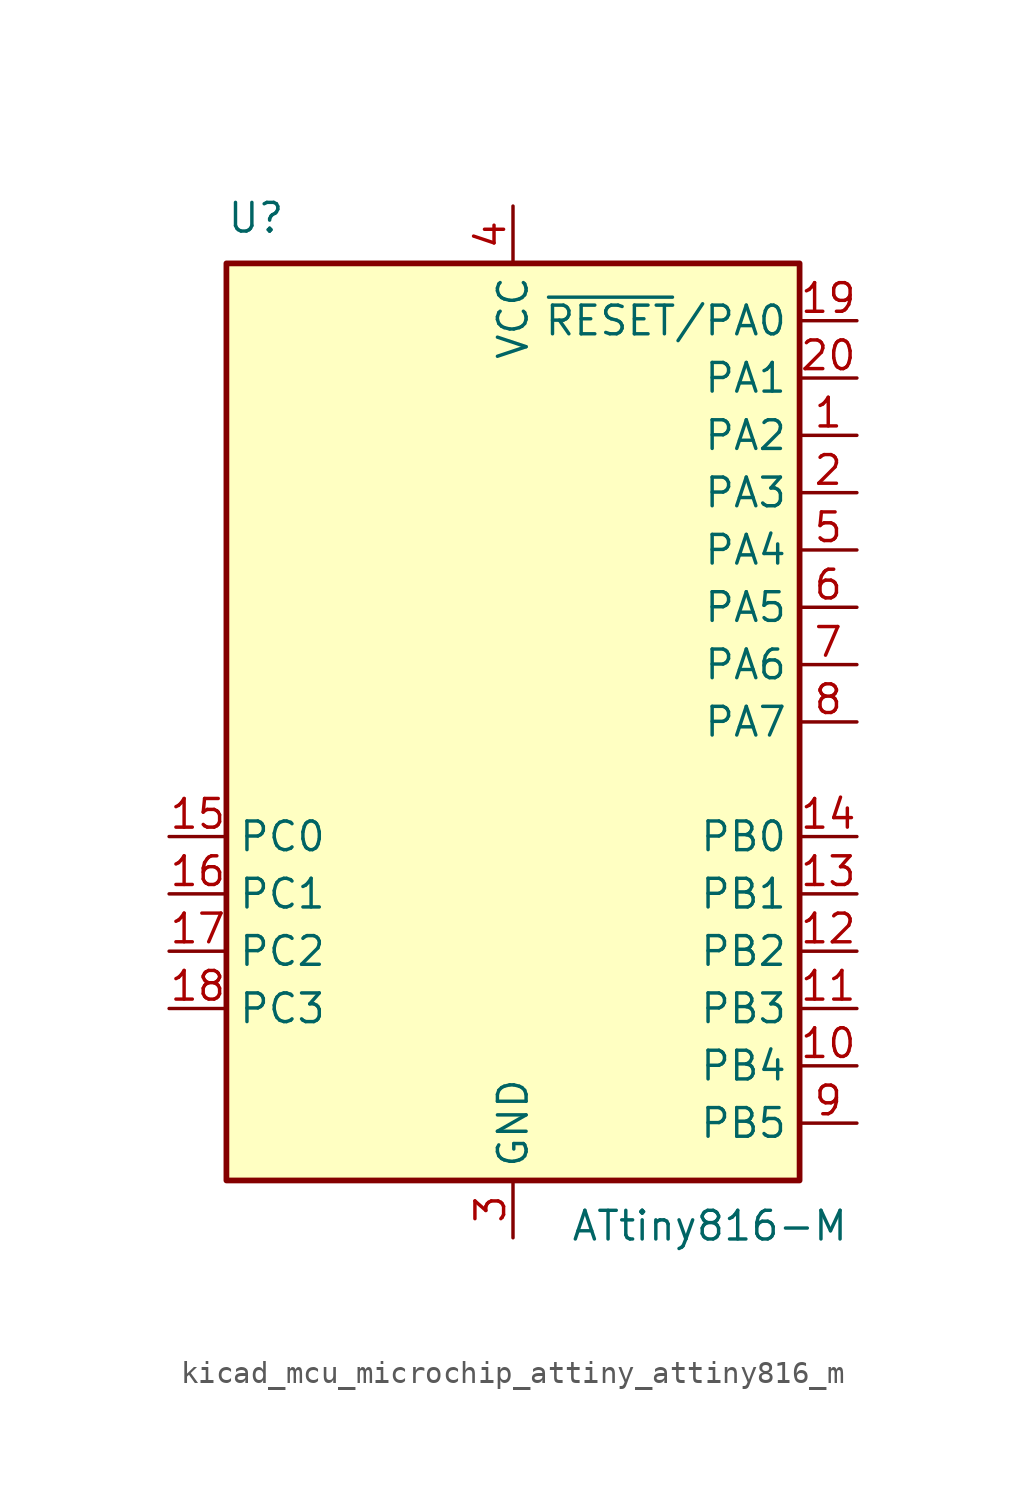
<source format=kicad_sym>
(kicad_symbol_lib
  (version 20220914)
  (generator kicad_symbol_editor)
  (symbol "kicad_mcu_microchip_attiny_attiny816_m"
    (property "Reference" "U"
      (at -12.7 21.59 0)
      (effects (font (size 1.27 1.27)) (justify left bottom)))
    (property "Value" "ATtiny816-M"
      (at 2.54 -21.59 0)
      (effects (font (size 1.27 1.27)) (justify left top)))
    (symbol "kicad_mcu_microchip_attiny_attiny816_m_0_1"
      (rectangle (start -12.7 -20.32) (end 12.7 20.32) (stroke (width 0.254) (type default)) (fill (type background))))
    (symbol "kicad_mcu_microchip_attiny_attiny816_m_1_1"
      (pin bidirectional line (at 15.24 12.7 180) (length 2.54) (name "PA2" (effects (font (size 1.27 1.27)))) (number "1" (effects (font (size 1.27 1.27)))))
      (pin bidirectional line (at 15.24 -15.24 180) (length 2.54) (name "PB4" (effects (font (size 1.27 1.27)))) (number "10" (effects (font (size 1.27 1.27)))))
      (pin bidirectional line (at 15.24 -12.7 180) (length 2.54) (name "PB3" (effects (font (size 1.27 1.27)))) (number "11" (effects (font (size 1.27 1.27)))))
      (pin bidirectional line (at 15.24 -10.16 180) (length 2.54) (name "PB2" (effects (font (size 1.27 1.27)))) (number "12" (effects (font (size 1.27 1.27)))))
      (pin bidirectional line (at 15.24 -7.62 180) (length 2.54) (name "PB1" (effects (font (size 1.27 1.27)))) (number "13" (effects (font (size 1.27 1.27)))))
      (pin bidirectional line (at 15.24 -5.08 180) (length 2.54) (name "PB0" (effects (font (size 1.27 1.27)))) (number "14" (effects (font (size 1.27 1.27)))))
      (pin bidirectional line (at -15.24 -5.08 0) (length 2.54) (name "PC0" (effects (font (size 1.27 1.27)))) (number "15" (effects (font (size 1.27 1.27)))))
      (pin bidirectional line (at -15.24 -7.62 0) (length 2.54) (name "PC1" (effects (font (size 1.27 1.27)))) (number "16" (effects (font (size 1.27 1.27)))))
      (pin bidirectional line (at -15.24 -10.16 0) (length 2.54) (name "PC2" (effects (font (size 1.27 1.27)))) (number "17" (effects (font (size 1.27 1.27)))))
      (pin bidirectional line (at -15.24 -12.7 0) (length 2.54) (name "PC3" (effects (font (size 1.27 1.27)))) (number "18" (effects (font (size 1.27 1.27)))))
      (pin bidirectional line (at 15.24 17.78 180) (length 2.54) (name "~{RESET}/PA0" (effects (font (size 1.27 1.27)))) (number "19" (effects (font (size 1.27 1.27)))))
      (pin bidirectional line (at 15.24 10.16 180) (length 2.54) (name "PA3" (effects (font (size 1.27 1.27)))) (number "2" (effects (font (size 1.27 1.27)))))
      (pin bidirectional line (at 15.24 15.24 180) (length 2.54) (name "PA1" (effects (font (size 1.27 1.27)))) (number "20" (effects (font (size 1.27 1.27)))))
      (pin passive line (at 0 -22.86 90) (length 2.54) hide (name "GND" (effects (font (size 1.27 1.27)))) (number "21" (effects (font (size 1.27 1.27)))))
      (pin power_in line (at 0 -22.86 90) (length 2.54) (name "GND" (effects (font (size 1.27 1.27)))) (number "3" (effects (font (size 1.27 1.27)))))
      (pin power_in line (at 0 22.86 270) (length 2.54) (name "VCC" (effects (font (size 1.27 1.27)))) (number "4" (effects (font (size 1.27 1.27)))))
      (pin bidirectional line (at 15.24 7.62 180) (length 2.54) (name "PA4" (effects (font (size 1.27 1.27)))) (number "5" (effects (font (size 1.27 1.27)))))
      (pin bidirectional line (at 15.24 5.08 180) (length 2.54) (name "PA5" (effects (font (size 1.27 1.27)))) (number "6" (effects (font (size 1.27 1.27)))))
      (pin bidirectional line (at 15.24 2.54 180) (length 2.54) (name "PA6" (effects (font (size 1.27 1.27)))) (number "7" (effects (font (size 1.27 1.27)))))
      (pin bidirectional line (at 15.24 0 180) (length 2.54) (name "PA7" (effects (font (size 1.27 1.27)))) (number "8" (effects (font (size 1.27 1.27)))))
      (pin bidirectional line (at 15.24 -17.78 180) (length 2.54) (name "PB5" (effects (font (size 1.27 1.27)))) (number "9" (effects (font (size 1.27 1.27))))))))
</source>
